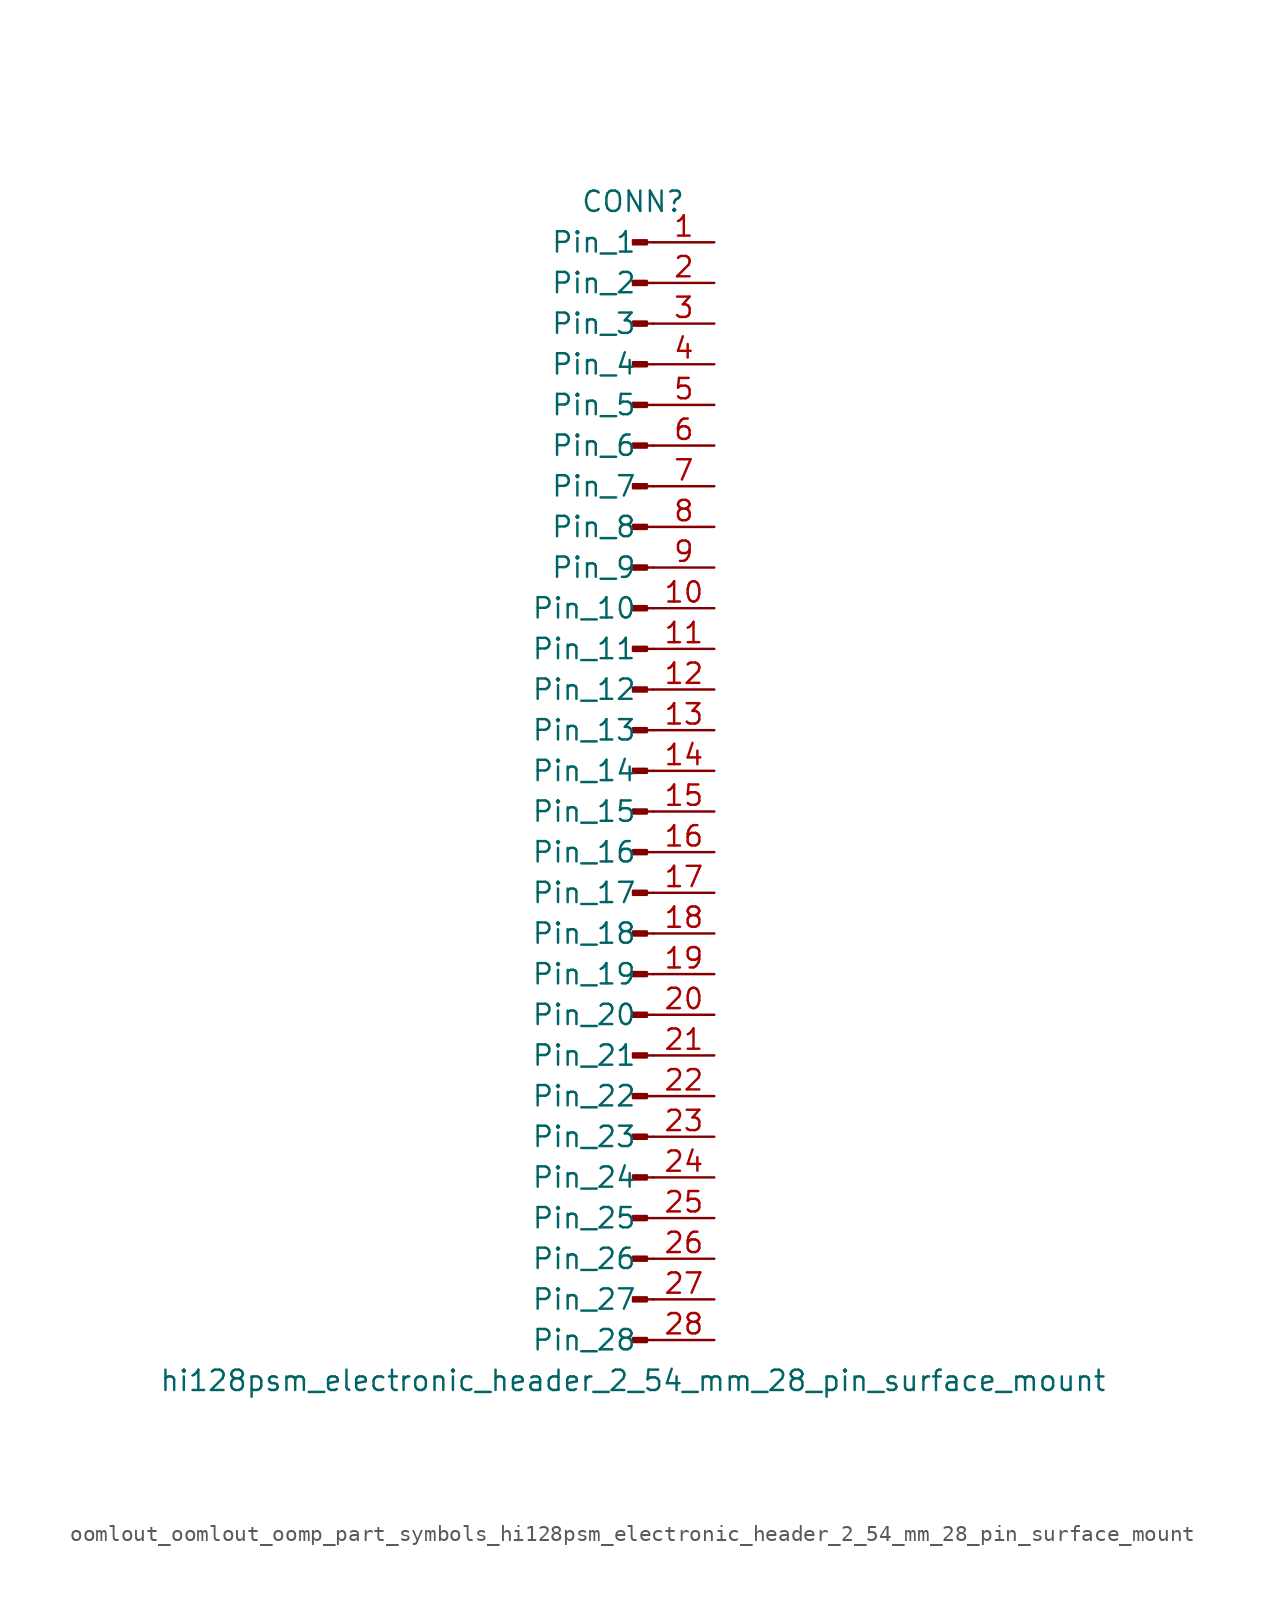
<source format=kicad_sym>
(kicad_symbol_lib
  (version 20220914)
  (generator kicad_symbol_editor)
  (symbol "oomlout_oomlout_oomp_part_symbols_hi128psm_electronic_header_2_54_mm_28_pin_surface_mount"
    (pin_names
      (offset 1.016))
    (property "Reference" "CONN"
      (at 0 35.56 0)
      (effects (font (size 1.27 1.27))))
    (property "Value" "hi128psm_electronic_header_2_54_mm_28_pin_surface_mount"
      (at 0 -38.1 0)
      (effects (font (size 1.27 1.27))))
    (property "ki_locked" ""
      (at 0 0 0)
      (effects (font (size 1.27 1.27))))
    (symbol "oomlout_oomlout_oomp_part_symbols_hi128psm_electronic_header_2_54_mm_28_pin_surface_mount_1_1"
      (polyline (pts (xy 1.27 -35.56) (xy 0.864 -35.56)) (stroke (width 0.152) (type default)) (fill (type none)))
      (polyline (pts (xy 1.27 -33.02) (xy 0.864 -33.02)) (stroke (width 0.152) (type default)) (fill (type none)))
      (polyline (pts (xy 1.27 -30.48) (xy 0.864 -30.48)) (stroke (width 0.152) (type default)) (fill (type none)))
      (polyline (pts (xy 1.27 -27.94) (xy 0.864 -27.94)) (stroke (width 0.152) (type default)) (fill (type none)))
      (polyline (pts (xy 1.27 -25.4) (xy 0.864 -25.4)) (stroke (width 0.152) (type default)) (fill (type none)))
      (polyline (pts (xy 1.27 -22.86) (xy 0.864 -22.86)) (stroke (width 0.152) (type default)) (fill (type none)))
      (polyline (pts (xy 1.27 -20.32) (xy 0.864 -20.32)) (stroke (width 0.152) (type default)) (fill (type none)))
      (polyline (pts (xy 1.27 -17.78) (xy 0.864 -17.78)) (stroke (width 0.152) (type default)) (fill (type none)))
      (polyline (pts (xy 1.27 -15.24) (xy 0.864 -15.24)) (stroke (width 0.152) (type default)) (fill (type none)))
      (polyline (pts (xy 1.27 -12.7) (xy 0.864 -12.7)) (stroke (width 0.152) (type default)) (fill (type none)))
      (polyline (pts (xy 1.27 -10.16) (xy 0.864 -10.16)) (stroke (width 0.152) (type default)) (fill (type none)))
      (polyline (pts (xy 1.27 -7.62) (xy 0.864 -7.62)) (stroke (width 0.152) (type default)) (fill (type none)))
      (polyline (pts (xy 1.27 -5.08) (xy 0.864 -5.08)) (stroke (width 0.152) (type default)) (fill (type none)))
      (polyline (pts (xy 1.27 -2.54) (xy 0.864 -2.54)) (stroke (width 0.152) (type default)) (fill (type none)))
      (polyline (pts (xy 1.27 0) (xy 0.864 0)) (stroke (width 0.152) (type default)) (fill (type none)))
      (polyline (pts (xy 1.27 2.54) (xy 0.864 2.54)) (stroke (width 0.152) (type default)) (fill (type none)))
      (polyline (pts (xy 1.27 5.08) (xy 0.864 5.08)) (stroke (width 0.152) (type default)) (fill (type none)))
      (polyline (pts (xy 1.27 7.62) (xy 0.864 7.62)) (stroke (width 0.152) (type default)) (fill (type none)))
      (polyline (pts (xy 1.27 10.16) (xy 0.864 10.16)) (stroke (width 0.152) (type default)) (fill (type none)))
      (polyline (pts (xy 1.27 12.7) (xy 0.864 12.7)) (stroke (width 0.152) (type default)) (fill (type none)))
      (polyline (pts (xy 1.27 15.24) (xy 0.864 15.24)) (stroke (width 0.152) (type default)) (fill (type none)))
      (polyline (pts (xy 1.27 17.78) (xy 0.864 17.78)) (stroke (width 0.152) (type default)) (fill (type none)))
      (polyline (pts (xy 1.27 20.32) (xy 0.864 20.32)) (stroke (width 0.152) (type default)) (fill (type none)))
      (polyline (pts (xy 1.27 22.86) (xy 0.864 22.86)) (stroke (width 0.152) (type default)) (fill (type none)))
      (polyline (pts (xy 1.27 25.4) (xy 0.864 25.4)) (stroke (width 0.152) (type default)) (fill (type none)))
      (polyline (pts (xy 1.27 27.94) (xy 0.864 27.94)) (stroke (width 0.152) (type default)) (fill (type none)))
      (polyline (pts (xy 1.27 30.48) (xy 0.864 30.48)) (stroke (width 0.152) (type default)) (fill (type none)))
      (polyline (pts (xy 1.27 33.02) (xy 0.864 33.02)) (stroke (width 0.152) (type default)) (fill (type none)))
      (rectangle (start 0.864 -35.433) (end 0 -35.687) (stroke (width 0.152) (type default)) (fill (type outline)))
      (rectangle (start 0.864 -32.893) (end 0 -33.147) (stroke (width 0.152) (type default)) (fill (type outline)))
      (rectangle (start 0.864 -30.353) (end 0 -30.607) (stroke (width 0.152) (type default)) (fill (type outline)))
      (rectangle (start 0.864 -27.813) (end 0 -28.067) (stroke (width 0.152) (type default)) (fill (type outline)))
      (rectangle (start 0.864 -25.273) (end 0 -25.527) (stroke (width 0.152) (type default)) (fill (type outline)))
      (rectangle (start 0.864 -22.733) (end 0 -22.987) (stroke (width 0.152) (type default)) (fill (type outline)))
      (rectangle (start 0.864 -20.193) (end 0 -20.447) (stroke (width 0.152) (type default)) (fill (type outline)))
      (rectangle (start 0.864 -17.653) (end 0 -17.907) (stroke (width 0.152) (type default)) (fill (type outline)))
      (rectangle (start 0.864 -15.113) (end 0 -15.367) (stroke (width 0.152) (type default)) (fill (type outline)))
      (rectangle (start 0.864 -12.573) (end 0 -12.827) (stroke (width 0.152) (type default)) (fill (type outline)))
      (rectangle (start 0.864 -10.033) (end 0 -10.287) (stroke (width 0.152) (type default)) (fill (type outline)))
      (rectangle (start 0.864 -7.493) (end 0 -7.747) (stroke (width 0.152) (type default)) (fill (type outline)))
      (rectangle (start 0.864 -4.953) (end 0 -5.207) (stroke (width 0.152) (type default)) (fill (type outline)))
      (rectangle (start 0.864 -2.413) (end 0 -2.667) (stroke (width 0.152) (type default)) (fill (type outline)))
      (rectangle (start 0.864 0.127) (end 0 -0.127) (stroke (width 0.152) (type default)) (fill (type outline)))
      (rectangle (start 0.864 2.667) (end 0 2.413) (stroke (width 0.152) (type default)) (fill (type outline)))
      (rectangle (start 0.864 5.207) (end 0 4.953) (stroke (width 0.152) (type default)) (fill (type outline)))
      (rectangle (start 0.864 7.747) (end 0 7.493) (stroke (width 0.152) (type default)) (fill (type outline)))
      (rectangle (start 0.864 10.287) (end 0 10.033) (stroke (width 0.152) (type default)) (fill (type outline)))
      (rectangle (start 0.864 12.827) (end 0 12.573) (stroke (width 0.152) (type default)) (fill (type outline)))
      (rectangle (start 0.864 15.367) (end 0 15.113) (stroke (width 0.152) (type default)) (fill (type outline)))
      (rectangle (start 0.864 17.907) (end 0 17.653) (stroke (width 0.152) (type default)) (fill (type outline)))
      (rectangle (start 0.864 20.447) (end 0 20.193) (stroke (width 0.152) (type default)) (fill (type outline)))
      (rectangle (start 0.864 22.987) (end 0 22.733) (stroke (width 0.152) (type default)) (fill (type outline)))
      (rectangle (start 0.864 25.527) (end 0 25.273) (stroke (width 0.152) (type default)) (fill (type outline)))
      (rectangle (start 0.864 28.067) (end 0 27.813) (stroke (width 0.152) (type default)) (fill (type outline)))
      (rectangle (start 0.864 30.607) (end 0 30.353) (stroke (width 0.152) (type default)) (fill (type outline)))
      (rectangle (start 0.864 33.147) (end 0 32.893) (stroke (width 0.152) (type default)) (fill (type outline)))
      (pin passive line (at 5.08 33.02 180) (length 3.81) (name "Pin_1" (effects (font (size 1.27 1.27)))) (number "1" (effects (font (size 1.27 1.27)))))
      (pin passive line (at 5.08 10.16 180) (length 3.81) (name "Pin_10" (effects (font (size 1.27 1.27)))) (number "10" (effects (font (size 1.27 1.27)))))
      (pin passive line (at 5.08 7.62 180) (length 3.81) (name "Pin_11" (effects (font (size 1.27 1.27)))) (number "11" (effects (font (size 1.27 1.27)))))
      (pin passive line (at 5.08 5.08 180) (length 3.81) (name "Pin_12" (effects (font (size 1.27 1.27)))) (number "12" (effects (font (size 1.27 1.27)))))
      (pin passive line (at 5.08 2.54 180) (length 3.81) (name "Pin_13" (effects (font (size 1.27 1.27)))) (number "13" (effects (font (size 1.27 1.27)))))
      (pin passive line (at 5.08 0 180) (length 3.81) (name "Pin_14" (effects (font (size 1.27 1.27)))) (number "14" (effects (font (size 1.27 1.27)))))
      (pin passive line (at 5.08 -2.54 180) (length 3.81) (name "Pin_15" (effects (font (size 1.27 1.27)))) (number "15" (effects (font (size 1.27 1.27)))))
      (pin passive line (at 5.08 -5.08 180) (length 3.81) (name "Pin_16" (effects (font (size 1.27 1.27)))) (number "16" (effects (font (size 1.27 1.27)))))
      (pin passive line (at 5.08 -7.62 180) (length 3.81) (name "Pin_17" (effects (font (size 1.27 1.27)))) (number "17" (effects (font (size 1.27 1.27)))))
      (pin passive line (at 5.08 -10.16 180) (length 3.81) (name "Pin_18" (effects (font (size 1.27 1.27)))) (number "18" (effects (font (size 1.27 1.27)))))
      (pin passive line (at 5.08 -12.7 180) (length 3.81) (name "Pin_19" (effects (font (size 1.27 1.27)))) (number "19" (effects (font (size 1.27 1.27)))))
      (pin passive line (at 5.08 30.48 180) (length 3.81) (name "Pin_2" (effects (font (size 1.27 1.27)))) (number "2" (effects (font (size 1.27 1.27)))))
      (pin passive line (at 5.08 -15.24 180) (length 3.81) (name "Pin_20" (effects (font (size 1.27 1.27)))) (number "20" (effects (font (size 1.27 1.27)))))
      (pin passive line (at 5.08 -17.78 180) (length 3.81) (name "Pin_21" (effects (font (size 1.27 1.27)))) (number "21" (effects (font (size 1.27 1.27)))))
      (pin passive line (at 5.08 -20.32 180) (length 3.81) (name "Pin_22" (effects (font (size 1.27 1.27)))) (number "22" (effects (font (size 1.27 1.27)))))
      (pin passive line (at 5.08 -22.86 180) (length 3.81) (name "Pin_23" (effects (font (size 1.27 1.27)))) (number "23" (effects (font (size 1.27 1.27)))))
      (pin passive line (at 5.08 -25.4 180) (length 3.81) (name "Pin_24" (effects (font (size 1.27 1.27)))) (number "24" (effects (font (size 1.27 1.27)))))
      (pin passive line (at 5.08 -27.94 180) (length 3.81) (name "Pin_25" (effects (font (size 1.27 1.27)))) (number "25" (effects (font (size 1.27 1.27)))))
      (pin passive line (at 5.08 -30.48 180) (length 3.81) (name "Pin_26" (effects (font (size 1.27 1.27)))) (number "26" (effects (font (size 1.27 1.27)))))
      (pin passive line (at 5.08 -33.02 180) (length 3.81) (name "Pin_27" (effects (font (size 1.27 1.27)))) (number "27" (effects (font (size 1.27 1.27)))))
      (pin passive line (at 5.08 -35.56 180) (length 3.81) (name "Pin_28" (effects (font (size 1.27 1.27)))) (number "28" (effects (font (size 1.27 1.27)))))
      (pin passive line (at 5.08 27.94 180) (length 3.81) (name "Pin_3" (effects (font (size 1.27 1.27)))) (number "3" (effects (font (size 1.27 1.27)))))
      (pin passive line (at 5.08 25.4 180) (length 3.81) (name "Pin_4" (effects (font (size 1.27 1.27)))) (number "4" (effects (font (size 1.27 1.27)))))
      (pin passive line (at 5.08 22.86 180) (length 3.81) (name "Pin_5" (effects (font (size 1.27 1.27)))) (number "5" (effects (font (size 1.27 1.27)))))
      (pin passive line (at 5.08 20.32 180) (length 3.81) (name "Pin_6" (effects (font (size 1.27 1.27)))) (number "6" (effects (font (size 1.27 1.27)))))
      (pin passive line (at 5.08 17.78 180) (length 3.81) (name "Pin_7" (effects (font (size 1.27 1.27)))) (number "7" (effects (font (size 1.27 1.27)))))
      (pin passive line (at 5.08 15.24 180) (length 3.81) (name "Pin_8" (effects (font (size 1.27 1.27)))) (number "8" (effects (font (size 1.27 1.27)))))
      (pin passive line (at 5.08 12.7 180) (length 3.81) (name "Pin_9" (effects (font (size 1.27 1.27)))) (number "9" (effects (font (size 1.27 1.27))))))))
</source>
